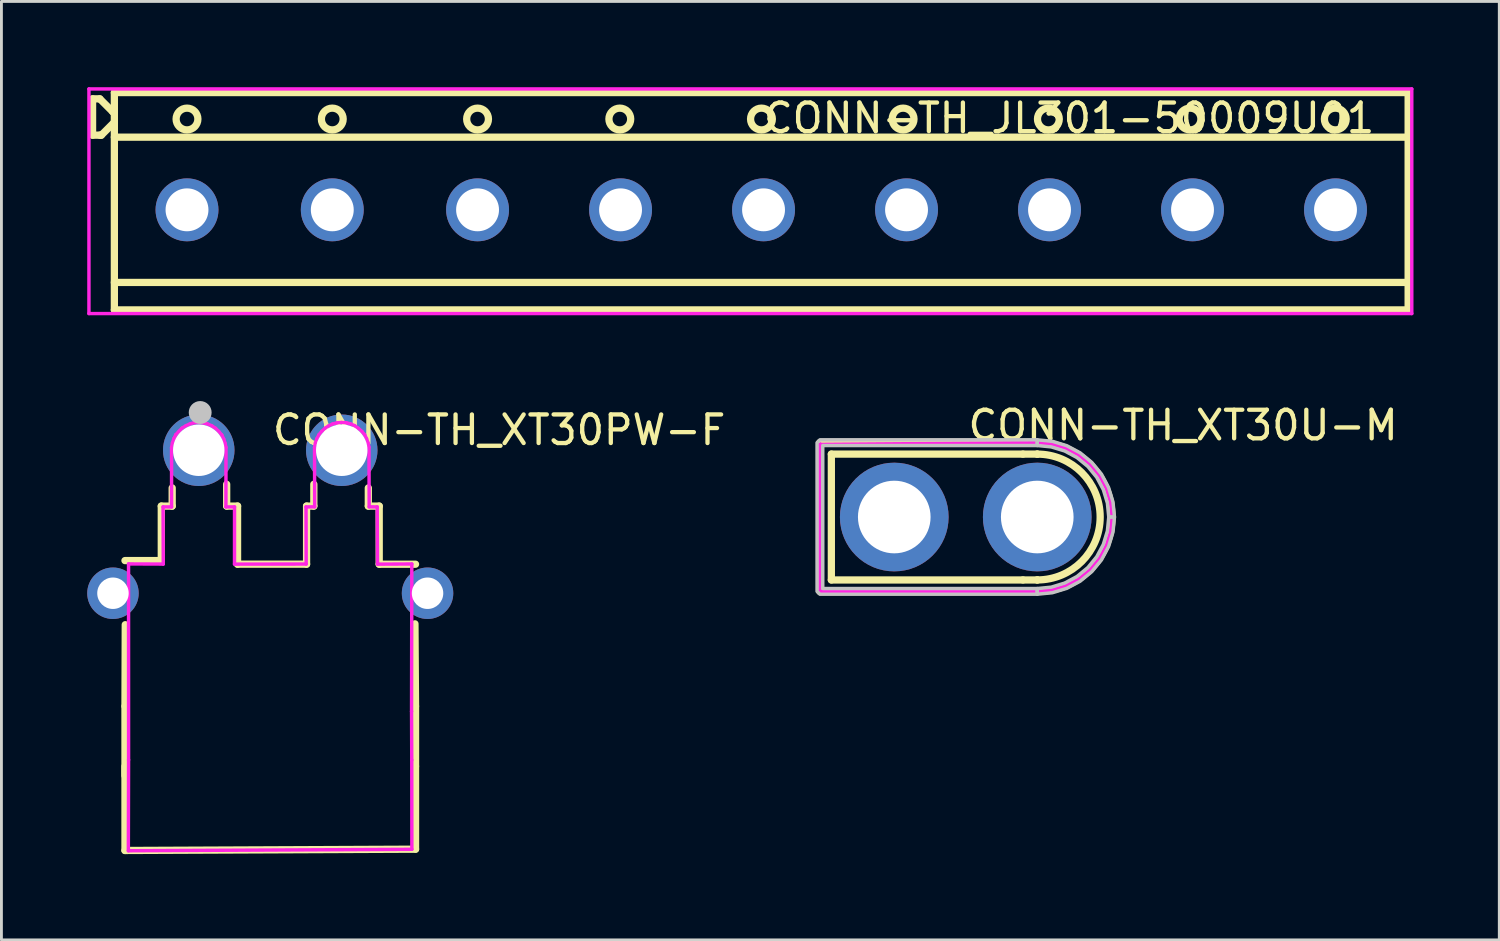
<source format=kicad_pcb>
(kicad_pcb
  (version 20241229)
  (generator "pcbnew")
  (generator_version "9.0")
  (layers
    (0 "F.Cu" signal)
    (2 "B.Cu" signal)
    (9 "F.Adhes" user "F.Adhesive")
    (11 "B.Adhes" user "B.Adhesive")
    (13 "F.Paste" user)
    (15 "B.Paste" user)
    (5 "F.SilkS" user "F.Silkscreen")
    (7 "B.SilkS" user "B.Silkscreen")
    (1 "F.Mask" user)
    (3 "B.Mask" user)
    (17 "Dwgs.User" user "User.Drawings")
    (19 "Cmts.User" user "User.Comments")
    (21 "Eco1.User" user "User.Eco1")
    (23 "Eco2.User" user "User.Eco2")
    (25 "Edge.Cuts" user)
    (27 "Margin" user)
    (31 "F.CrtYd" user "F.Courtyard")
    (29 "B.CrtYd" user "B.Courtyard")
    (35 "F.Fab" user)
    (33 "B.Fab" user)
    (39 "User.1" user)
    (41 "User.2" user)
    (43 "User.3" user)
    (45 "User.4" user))
  (footprint "CONN-TH_JL301-50009U01"
    (layer "F.Cu")
    (at 23.569 4.287)
    (property "Reference" "CONN-TH_JL301-50009U01" (at 0 -3.207 0) (layer "F.SilkS") (effects (font (size 1 1) (thickness 0.15)) (justify left)))
    (attr through_hole)
    (fp_line (start -23.382 -3.88) (end -23.382 -2.61) (stroke (width 0.254) (type solid)) (layer "F.SilkS"))
    (fp_line (start -23.382 -2.61) (end -23.128 -2.61) (stroke (width 0.254) (type solid)) (layer "F.SilkS"))
    (fp_line (start -23.128 -3.88) (end -23.382 -3.88) (stroke (width 0.254) (type solid)) (layer "F.SilkS"))
    (fp_line (start -23.128 -2.61) (end -23.076 -2.61) (stroke (width 0.254) (type solid)) (layer "F.SilkS"))
    (fp_line (start -23.076 -2.61) (end -22.62 -3.066) (stroke (width 0.254) (type solid)) (layer "F.SilkS"))
    (fp_line (start -22.677 -3.429) (end -23.128 -3.88) (stroke (width 0.254) (type solid)) (layer "F.SilkS"))
    (fp_line (start -22.62 -4.1) (end 22.62 -4.1) (stroke (width 0.254) (type solid)) (layer "F.SilkS"))
    (fp_line (start -22.62 -3.429) (end -22.677 -3.429) (stroke (width 0.254) (type solid)) (layer "F.SilkS"))
    (fp_line (start -22.62 -2.54) (end 22.62 -2.54) (stroke (width 0.254) (type solid)) (layer "F.SilkS"))
    (fp_line (start -22.62 2.54) (end 22.62 2.54) (stroke (width 0.254) (type solid)) (layer "F.SilkS"))
    (fp_line (start -22.62 3.5) (end -22.62 -4.1) (stroke (width 0.254) (type solid)) (layer "F.SilkS"))
    (fp_line (start -22.62 3.5) (end 22.62 3.5) (stroke (width 0.254) (type solid)) (layer "F.SilkS"))
    (fp_line (start 22.62 -4.1) (end 22.62 3.5) (stroke (width 0.254) (type solid)) (layer "F.SilkS"))
    (fp_circle (center -20.08 -3.175) (end -19.699 -3.175) (stroke (width 0.254) (type solid)) (fill no) (layer "F.SilkS"))
    (fp_circle (center -15 -3.175) (end -14.619 -3.175) (stroke (width 0.254) (type solid)) (fill no) (layer "F.SilkS"))
    (fp_circle (center -9.92 -3.175) (end -9.539 -3.175) (stroke (width 0.254) (type solid)) (fill no) (layer "F.SilkS"))
    (fp_circle (center -4.946 -3.175) (end -4.565 -3.175) (stroke (width 0.254) (type solid)) (fill no) (layer "F.SilkS"))
    (fp_circle (center 0.007 -3.175) (end 0.388 -3.175) (stroke (width 0.254) (type solid)) (fill no) (layer "F.SilkS"))
    (fp_circle (center 4.96 -3.175) (end 5.341 -3.175) (stroke (width 0.254) (type solid)) (fill no) (layer "F.SilkS"))
    (fp_circle (center 10.04 -3.175) (end 10.421 -3.175) (stroke (width 0.254) (type solid)) (fill no) (layer "F.SilkS"))
    (fp_circle (center 14.993 -3.175) (end 15.374 -3.175) (stroke (width 0.254) (type solid)) (fill no) (layer "F.SilkS"))
    (fp_circle (center 20.073 -3.175) (end 20.454 -3.175) (stroke (width 0.254) (type solid)) (fill no) (layer "F.SilkS"))
    (fp_circle (center -23.509 3.627) (end -23.479 3.627) (stroke (width 0.06) (type solid)) (fill no) (layer "Eco2.User"))
    (fp_circle (center -20.08 0) (end -19.755 0) (stroke (width 0.65) (type solid)) (fill no) (layer "Eco2.User"))
    (fp_circle (center -15 0) (end -14.675 0) (stroke (width 0.65) (type solid)) (fill no) (layer "Eco2.User"))
    (fp_circle (center -9.92 0) (end -9.595 0) (stroke (width 0.65) (type solid)) (fill no) (layer "Eco2.User"))
    (fp_circle (center -4.92 0) (end -4.595 0) (stroke (width 0.65) (type solid)) (fill no) (layer "Eco2.User"))
    (fp_circle (center 0.08 0) (end 0.405 0) (stroke (width 0.65) (type solid)) (fill no) (layer "Eco2.User"))
    (fp_circle (center 5.08 0) (end 5.405 0) (stroke (width 0.65) (type solid)) (fill no) (layer "Eco2.User"))
    (fp_circle (center 10.08 0) (end 10.405 0) (stroke (width 0.65) (type solid)) (fill no) (layer "Eco2.User"))
    (fp_circle (center 15.08 0) (end 15.405 0) (stroke (width 0.65) (type solid)) (fill no) (layer "Eco2.User"))
    (fp_circle (center 20.08 0) (end 20.405 0) (stroke (width 0.65) (type solid)) (fill no) (layer "Eco2.User"))
    (fp_line (start -23.509 -4.227) (end 22.747 -4.227) (stroke (width 0.12) (type solid)) (layer "F.CrtYd"))
    (fp_line (start -23.509 3.627) (end -23.509 -4.227) (stroke (width 0.12) (type solid)) (layer "F.CrtYd"))
    (fp_line (start 22.747 -4.227) (end 22.747 3.627) (stroke (width 0.12) (type solid)) (layer "F.CrtYd"))
    (fp_line (start 22.747 3.627) (end -23.509 3.627) (stroke (width 0.12) (type solid)) (layer "F.CrtYd"))
    (pad "1" thru_hole circle (at -20.08 0) (size 2.2 2.2) (drill 1.5) (layers "*.Cu" "*.Mask"))
    (pad "2" thru_hole circle (at -15 0) (size 2.2 2.2) (drill 1.5) (layers "*.Cu" "*.Mask"))
    (pad "3" thru_hole circle (at -9.92 0) (size 2.2 2.2) (drill 1.5) (layers "*.Cu" "*.Mask"))
    (pad "4" thru_hole circle (at -4.92 0) (size 2.2 2.2) (drill 1.5) (layers "*.Cu" "*.Mask"))
    (pad "5" thru_hole circle (at 0.08 0) (size 2.2 2.2) (drill 1.5) (layers "*.Cu" "*.Mask"))
    (pad "6" thru_hole circle (at 5.08 0) (size 2.2 2.2) (drill 1.5) (layers "*.Cu" "*.Mask"))
    (pad "7" thru_hole circle (at 10.08 0) (size 2.2 2.2) (drill 1.5) (layers "*.Cu" "*.Mask"))
    (pad "8" thru_hole circle (at 15.08 0) (size 2.2 2.2) (drill 1.5) (layers "*.Cu" "*.Mask"))
    (pad "9" thru_hole circle (at 20.08 0) (size 2.2 2.2) (drill 1.5) (layers "*.Cu" "*.Mask")))
  (footprint "CONN-TH_XT30U-M"
    (layer "F.Cu")
    (at 30.72 15.029)
    (property "Reference" "CONN-TH_XT30U-M" (at 0 -3.207 0) (layer "F.SilkS") (effects (font (size 1 1) (thickness 0.15)) (justify left)))
    (attr through_hole)
    (fp_line (start -5.1 -2.6) (end -5.1 2.6) (stroke (width 0.254) (type solid)) (layer "F.SilkS"))
    (fp_line (start -5.1 2.6) (end 2.514 2.6) (stroke (width 0.254) (type solid)) (layer "F.SilkS"))
    (fp_line (start -4.7 -2.2) (end -4.7 2.2) (stroke (width 0.254) (type solid)) (layer "F.SilkS"))
    (fp_line (start -4.7 -2.2) (end 2 -2.2) (stroke (width 0.254) (type solid)) (layer "F.SilkS"))
    (fp_line (start -4.7 2.2) (end 2 2.2) (stroke (width 0.254) (type solid)) (layer "F.SilkS"))
    (fp_line (start 2 -2.2) (end 2.5 -2.2) (stroke (width 0.254) (type solid)) (layer "F.SilkS"))
    (fp_line (start 2 2.2) (end 2.501 2.2) (stroke (width 0.254) (type solid)) (layer "F.SilkS"))
    (fp_line (start 2.5 -2.2) (end 2.5 -2.2) (stroke (width 0.254) (type solid)) (layer "F.SilkS"))
    (fp_line (start 2.501 2.2) (end 2.501 2.2) (stroke (width 0.254) (type solid)) (layer "F.SilkS"))
    (fp_line (start 2.514 -2.6) (end -5.1 -2.6) (stroke (width 0.254) (type solid)) (layer "F.SilkS"))
    (fp_arc (start 2.5 -2.2) (mid 4.7 0) (end 2.5 2.2) (stroke (width 0.254) (type solid)) (layer "F.SilkS"))
    (fp_arc (start 2.514 -2.6) (mid 5.114 -0.000001) (end 2.514001 2.6) (stroke (width 0.254) (type solid)) (layer "F.SilkS"))
    (fp_poly (pts (xy 2.5 -2.7) (xy -5.1 -2.7) (xy -5.2 -2.6) (xy -5.2 2.6) (xy -5.1 2.7) (xy 2.5 2.7) (xy 2.5 2.5) (xy -5 2.5) (xy -5 -2.5) (xy 2.5 -2.5)) (stroke (width 0.12) (type solid)) (fill no) (layer "Dwgs.User"))
    (fp_poly (pts (xy 2.5 2.5) (xy 2.988 2.452) (xy 3.457 2.31) (xy 3.889 2.079) (xy 4.268 1.768) (xy 4.579 1.389) (xy 4.81 0.957) (xy 4.952 0.488) (xy 5 0) (xy 5.2 0) (xy 5.148 0.527) (xy 4.994 1.033) (xy 4.745 1.5) (xy 4.409 1.909) (xy 4 2.245) (xy 3.533 2.494) (xy 3.027 2.648) (xy 2.5 2.7)) (stroke (width 0.12) (type solid)) (fill no) (layer "Dwgs.User"))
    (fp_poly (pts (xy 5 0) (xy 4.952 -0.488) (xy 4.81 -0.957) (xy 4.579 -1.389) (xy 4.268 -1.768) (xy 3.889 -2.079) (xy 3.457 -2.31) (xy 2.988 -2.452) (xy 2.5 -2.5) (xy 2.5 -2.7) (xy 3.027 -2.648) (xy 3.533 -2.494) (xy 4 -2.245) (xy 4.409 -1.909) (xy 4.745 -1.5) (xy 4.994 -1.033) (xy 5.148 -0.527) (xy 5.2 0)) (stroke (width 0.12) (type solid)) (fill no) (layer "Dwgs.User"))
    (fp_circle (center -5.1 2.6) (end -5.07 2.6) (stroke (width 0.06) (type solid)) (fill no) (layer "Eco2.User"))
    (fp_circle (center -2.5 0) (end -2 0) (stroke (width 1) (type solid)) (fill no) (layer "Eco2.User"))
    (fp_circle (center 2.5 0) (end 3 0) (stroke (width 1) (type solid)) (fill no) (layer "Eco2.User"))
    (fp_line (start -5.1 -2.524) (end -5.099 -2.528) (stroke (width 0.12) (type solid)) (layer "F.CrtYd"))
    (fp_line (start -5.1 -2.52) (end -5.1 -2.524) (stroke (width 0.12) (type solid)) (layer "F.CrtYd"))
    (fp_line (start -5.1 2.6) (end -5.1 -2.52) (stroke (width 0.12) (type solid)) (layer "F.CrtYd"))
    (fp_line (start -5.1 2.6) (end -5.1 2.6) (stroke (width 0.12) (type solid)) (layer "F.CrtYd"))
    (fp_line (start -5.099 -2.528) (end -5.097 -2.531) (stroke (width 0.12) (type solid)) (layer "F.CrtYd"))
    (fp_line (start -5.097 -2.531) (end -5.094 -2.534) (stroke (width 0.12) (type solid)) (layer "F.CrtYd"))
    (fp_line (start -5.094 -2.534) (end -5.091 -2.537) (stroke (width 0.12) (type solid)) (layer "F.CrtYd"))
    (fp_line (start -5.091 -2.537) (end -5.088 -2.538) (stroke (width 0.12) (type solid)) (layer "F.CrtYd"))
    (fp_line (start -5.088 -2.538) (end -5.084 -2.54) (stroke (width 0.12) (type solid)) (layer "F.CrtYd"))
    (fp_line (start -5.084 -2.54) (end -5.08 -2.54) (stroke (width 0.12) (type solid)) (layer "F.CrtYd"))
    (fp_line (start -5.08 -2.54) (end 2.514 -2.6) (stroke (width 0.12) (type solid)) (layer "F.CrtYd"))
    (fp_line (start 2.514 -2.6) (end 2.514 -2.6) (stroke (width 0.12) (type solid)) (layer "F.CrtYd"))
    (fp_line (start 2.514 -2.6) (end 3.021 -2.55) (stroke (width 0.12) (type solid)) (layer "F.CrtYd"))
    (fp_line (start 2.514 2.6) (end -5.1 2.6) (stroke (width 0.12) (type solid)) (layer "F.CrtYd"))
    (fp_line (start 3.021 -2.55) (end 3.509 -2.402) (stroke (width 0.12) (type solid)) (layer "F.CrtYd"))
    (fp_line (start 3.021 2.55) (end 2.514 2.6) (stroke (width 0.12) (type solid)) (layer "F.CrtYd"))
    (fp_line (start 3.509 -2.402) (end 3.959 -2.162) (stroke (width 0.12) (type solid)) (layer "F.CrtYd"))
    (fp_line (start 3.509 2.402) (end 3.021 2.55) (stroke (width 0.12) (type solid)) (layer "F.CrtYd"))
    (fp_line (start 3.959 -2.162) (end 4.353 -1.838) (stroke (width 0.12) (type solid)) (layer "F.CrtYd"))
    (fp_line (start 3.959 2.162) (end 3.509 2.402) (stroke (width 0.12) (type solid)) (layer "F.CrtYd"))
    (fp_line (start 4.353 -1.838) (end 4.676 -1.444) (stroke (width 0.12) (type solid)) (layer "F.CrtYd"))
    (fp_line (start 4.353 1.838) (end 3.959 2.162) (stroke (width 0.12) (type solid)) (layer "F.CrtYd"))
    (fp_line (start 4.676 -1.444) (end 4.916 -0.995) (stroke (width 0.12) (type solid)) (layer "F.CrtYd"))
    (fp_line (start 4.676 1.444) (end 4.353 1.838) (stroke (width 0.12) (type solid)) (layer "F.CrtYd"))
    (fp_line (start 4.916 -0.995) (end 5.064 -0.507) (stroke (width 0.12) (type solid)) (layer "F.CrtYd"))
    (fp_line (start 4.916 0.995) (end 4.676 1.444) (stroke (width 0.12) (type solid)) (layer "F.CrtYd"))
    (fp_line (start 5.064 -0.507) (end 5.114 0) (stroke (width 0.12) (type solid)) (layer "F.CrtYd"))
    (fp_line (start 5.064 0.507) (end 4.916 0.995) (stroke (width 0.12) (type solid)) (layer "F.CrtYd"))
    (fp_line (start 5.114 0) (end 5.064 0.507) (stroke (width 0.12) (type solid)) (layer "F.CrtYd"))
    (fp_line (start 5.114 0) (end 5.114 0) (stroke (width 0.12) (type solid)) (layer "F.CrtYd"))
    (pad "1" thru_hole circle (at -2.5 0) (size 3.8 3.8) (drill 2.54) (layers "*.Cu" "*.Mask"))
    (pad "2" thru_hole circle (at 2.5 0) (size 3.8 3.8) (drill 2.54) (layers "*.Cu" "*.Mask")))
  (footprint "CONN-TH_XT30PW-F"
    (layer "F.Cu")
    (at 6.4 15.194)
    (property "Reference" "CONN-TH_XT30PW-F" (at 0 -3.207 0) (layer "F.SilkS") (effects (font (size 1 1) (thickness 0.15)) (justify left)))
    (attr through_hole)
    (fp_line (start -5.08 6.45) (end -5.08 8.88) (stroke (width 0.254) (type solid)) (layer "F.SilkS"))
    (fp_line (start -5.08 6.45) (end -5.07 3.6) (stroke (width 0.254) (type solid)) (layer "F.SilkS"))
    (fp_line (start -5.08 11.495) (end -5.08 8.55) (stroke (width 0.254) (type solid)) (layer "F.SilkS"))
    (fp_line (start -5.08 11.495) (end 5.08 11.45) (stroke (width 0.254) (type solid)) (layer "F.SilkS"))
    (fp_line (start -3.81 -0.547) (end -3.81 1.358) (stroke (width 0.254) (type solid)) (layer "F.SilkS"))
    (fp_line (start -3.81 1.358) (end -5.08 1.358) (stroke (width 0.254) (type solid)) (layer "F.SilkS"))
    (fp_line (start -3.429 -1.182) (end -3.429 -0.547) (stroke (width 0.254) (type solid)) (layer "F.SilkS"))
    (fp_line (start -3.429 -0.547) (end -3.81 -0.547) (stroke (width 0.254) (type solid)) (layer "F.SilkS"))
    (fp_line (start -1.524 -1.31) (end -1.524 -0.548) (stroke (width 0.254) (type solid)) (layer "F.SilkS"))
    (fp_line (start -1.524 -0.548) (end -1.143 -0.548) (stroke (width 0.254) (type solid)) (layer "F.SilkS"))
    (fp_line (start -1.143 -0.548) (end -1.143 1.484) (stroke (width 0.254) (type solid)) (layer "F.SilkS"))
    (fp_line (start -1.143 1.484) (end 1.27 1.484) (stroke (width 0.254) (type solid)) (layer "F.SilkS"))
    (fp_line (start 1.27 -0.548) (end 1.524 -0.548) (stroke (width 0.254) (type solid)) (layer "F.SilkS"))
    (fp_line (start 1.27 1.484) (end 1.27 -0.548) (stroke (width 0.254) (type solid)) (layer "F.SilkS"))
    (fp_line (start 1.524 -0.548) (end 1.524 -1.31) (stroke (width 0.254) (type solid)) (layer "F.SilkS"))
    (fp_line (start 3.429 -1.182) (end 3.429 -0.547) (stroke (width 0.254) (type solid)) (layer "F.SilkS"))
    (fp_line (start 3.429 -0.547) (end 3.81 -0.547) (stroke (width 0.254) (type solid)) (layer "F.SilkS"))
    (fp_line (start 3.81 -0.547) (end 3.81 1.485) (stroke (width 0.254) (type solid)) (layer "F.SilkS"))
    (fp_line (start 3.81 1.485) (end 5.08 1.485) (stroke (width 0.254) (type solid)) (layer "F.SilkS"))
    (fp_line (start 5.08 6.45) (end 5.06 3.57) (stroke (width 0.254) (type solid)) (layer "F.SilkS"))
    (fp_line (start 5.08 6.45) (end 5.08 8.55) (stroke (width 0.254) (type solid)) (layer "F.SilkS"))
    (fp_line (start 5.08 11.45) (end 5.08 8.55) (stroke (width 0.254) (type solid)) (layer "F.SilkS"))
    (fp_circle (center -2.45 -3.82) (end -2.25 -3.82) (stroke (width 0.4) (type solid)) (fill no) (layer "Dwgs.User"))
    (fp_line (start -5.89 2.125) (end -4.89 2.125) (stroke (width 0.12) (type solid)) (layer "Eco2.User"))
    (fp_line (start -5.89 2.875) (end -5.89 2.125) (stroke (width 0.12) (type solid)) (layer "Eco2.User"))
    (fp_line (start -4.89 2.125) (end -4.89 2.875) (stroke (width 0.12) (type solid)) (layer "Eco2.User"))
    (fp_line (start -4.89 2.875) (end -5.89 2.875) (stroke (width 0.12) (type solid)) (layer "Eco2.User"))
    (fp_line (start 4.88 2.12) (end 5.88 2.12) (stroke (width 0.12) (type solid)) (layer "Eco2.User"))
    (fp_line (start 4.88 2.87) (end 4.88 2.12) (stroke (width 0.12) (type solid)) (layer "Eco2.User"))
    (fp_line (start 5.88 2.12) (end 5.88 2.87) (stroke (width 0.12) (type solid)) (layer "Eco2.User"))
    (fp_line (start 5.88 2.87) (end 4.88 2.87) (stroke (width 0.12) (type solid)) (layer "Eco2.User"))
    (fp_circle (center -5.89 -3.471) (end -5.86 -3.471) (stroke (width 0.06) (type solid)) (fill no) (layer "Eco2.User"))
    (fp_circle (center -5.5 2.5) (end -5.313 2.5) (stroke (width 0.375) (type solid)) (fill no) (layer "Eco2.User"))
    (fp_circle (center -2.5 -2.5) (end -2.175 -2.5) (stroke (width 0.65) (type solid)) (fill no) (layer "Eco2.User"))
    (fp_circle (center 2.5 -2.5) (end 2.825 -2.5) (stroke (width 0.65) (type solid)) (fill no) (layer "Eco2.User"))
    (fp_circle (center 5.5 2.5) (end 5.687 2.5) (stroke (width 0.375) (type solid)) (fill no) (layer "Eco2.User"))
    (fp_line (start -4.962 11.504) (end -4.954 8.327) (stroke (width 0.12) (type solid)) (layer "F.CrtYd"))
    (fp_line (start -4.955 1.475) (end -3.741 1.48) (stroke (width 0.12) (type solid)) (layer "F.CrtYd"))
    (fp_line (start -4.954 8.327) (end -4.955 1.475) (stroke (width 0.12) (type solid)) (layer "F.CrtYd"))
    (fp_line (start -3.748 -0.52) (end -3.451 -0.517) (stroke (width 0.12) (type solid)) (layer "F.CrtYd"))
    (fp_line (start -3.741 1.48) (end -3.748 -0.52) (stroke (width 0.12) (type solid)) (layer "F.CrtYd"))
    (fp_line (start -3.451 -2.592) (end -3.42 -2.753) (stroke (width 0.12) (type solid)) (layer "F.CrtYd"))
    (fp_line (start -3.451 -0.517) (end -3.451 -2.592) (stroke (width 0.12) (type solid)) (layer "F.CrtYd"))
    (fp_line (start -3.42 -2.753) (end -3.371 -2.897) (stroke (width 0.12) (type solid)) (layer "F.CrtYd"))
    (fp_line (start -3.371 -2.897) (end -3.351 -2.936) (stroke (width 0.12) (type solid)) (layer "F.CrtYd"))
    (fp_line (start -3.351 -2.937) (end -3.305 -3.043) (stroke (width 0.12) (type solid)) (layer "F.CrtYd"))
    (fp_line (start -3.351 -2.936) (end -3.351 -2.937) (stroke (width 0.12) (type solid)) (layer "F.CrtYd"))
    (fp_line (start -3.305 -3.043) (end -3.187 -3.165) (stroke (width 0.12) (type solid)) (layer "F.CrtYd"))
    (fp_line (start -3.187 -3.165) (end -3.084 -3.274) (stroke (width 0.12) (type solid)) (layer "F.CrtYd"))
    (fp_line (start -3.084 -3.274) (end -2.947 -3.358) (stroke (width 0.12) (type solid)) (layer "F.CrtYd"))
    (fp_line (start -2.947 -3.358) (end -2.81 -3.419) (stroke (width 0.12) (type solid)) (layer "F.CrtYd"))
    (fp_line (start -2.81 -3.419) (end -2.665 -3.463) (stroke (width 0.12) (type solid)) (layer "F.CrtYd"))
    (fp_line (start -2.665 -3.463) (end -2.489 -3.47) (stroke (width 0.12) (type solid)) (layer "F.CrtYd"))
    (fp_line (start -2.489 -3.47) (end -2.348 -3.459) (stroke (width 0.12) (type solid)) (layer "F.CrtYd"))
    (fp_line (start -2.348 -3.459) (end -2.195 -3.419) (stroke (width 0.12) (type solid)) (layer "F.CrtYd"))
    (fp_line (start -2.195 -3.419) (end -2.046 -3.356) (stroke (width 0.12) (type solid)) (layer "F.CrtYd"))
    (fp_line (start -2.046 -3.356) (end -1.914 -3.269) (stroke (width 0.12) (type solid)) (layer "F.CrtYd"))
    (fp_line (start -1.914 -3.269) (end -1.803 -3.16) (stroke (width 0.12) (type solid)) (layer "F.CrtYd"))
    (fp_line (start -1.803 -3.16) (end -1.695 -3.035) (stroke (width 0.12) (type solid)) (layer "F.CrtYd"))
    (fp_line (start -1.695 -3.035) (end -1.627 -2.891) (stroke (width 0.12) (type solid)) (layer "F.CrtYd"))
    (fp_line (start -1.627 -2.891) (end -1.58 -2.746) (stroke (width 0.12) (type solid)) (layer "F.CrtYd"))
    (fp_line (start -1.58 -2.746) (end -1.548 -2.598) (stroke (width 0.12) (type solid)) (layer "F.CrtYd"))
    (fp_line (start -1.55 -0.519) (end -1.249 -0.519) (stroke (width 0.12) (type solid)) (layer "F.CrtYd"))
    (fp_line (start -1.548 -2.598) (end -1.55 -0.519) (stroke (width 0.12) (type solid)) (layer "F.CrtYd"))
    (fp_line (start -1.25 1.482) (end 1.256 1.479) (stroke (width 0.12) (type solid)) (layer "F.CrtYd"))
    (fp_line (start -1.249 -0.519) (end -1.25 1.482) (stroke (width 0.12) (type solid)) (layer "F.CrtYd"))
    (fp_line (start 1.251 -0.519) (end 1.553 -0.522) (stroke (width 0.12) (type solid)) (layer "F.CrtYd"))
    (fp_line (start 1.256 1.479) (end 1.251 -0.519) (stroke (width 0.12) (type solid)) (layer "F.CrtYd"))
    (fp_line (start 1.548 -2.592) (end 1.58 -2.755) (stroke (width 0.12) (type solid)) (layer "F.CrtYd"))
    (fp_line (start 1.553 -0.522) (end 1.548 -2.592) (stroke (width 0.12) (type solid)) (layer "F.CrtYd"))
    (fp_line (start 1.58 -2.755) (end 1.631 -2.905) (stroke (width 0.12) (type solid)) (layer "F.CrtYd"))
    (fp_line (start 1.631 -2.905) (end 1.702 -3.043) (stroke (width 0.12) (type solid)) (layer "F.CrtYd"))
    (fp_line (start 1.702 -3.043) (end 1.799 -3.159) (stroke (width 0.12) (type solid)) (layer "F.CrtYd"))
    (fp_line (start 1.799 -3.159) (end 1.921 -3.272) (stroke (width 0.12) (type solid)) (layer "F.CrtYd"))
    (fp_line (start 1.921 -3.272) (end 2.052 -3.359) (stroke (width 0.12) (type solid)) (layer "F.CrtYd"))
    (fp_line (start 2.052 -3.359) (end 2.182 -3.419) (stroke (width 0.12) (type solid)) (layer "F.CrtYd"))
    (fp_line (start 2.182 -3.419) (end 2.338 -3.46) (stroke (width 0.12) (type solid)) (layer "F.CrtYd"))
    (fp_line (start 2.338 -3.46) (end 2.489 -3.471) (stroke (width 0.12) (type solid)) (layer "F.CrtYd"))
    (fp_line (start 2.489 -3.471) (end 2.66 -3.461) (stroke (width 0.12) (type solid)) (layer "F.CrtYd"))
    (fp_line (start 2.66 -3.461) (end 2.815 -3.417) (stroke (width 0.12) (type solid)) (layer "F.CrtYd"))
    (fp_line (start 2.815 -3.417) (end 2.947 -3.361) (stroke (width 0.12) (type solid)) (layer "F.CrtYd"))
    (fp_line (start 2.947 -3.361) (end 3.077 -3.269) (stroke (width 0.12) (type solid)) (layer "F.CrtYd"))
    (fp_line (start 3.077 -3.269) (end 3.206 -3.156) (stroke (width 0.12) (type solid)) (layer "F.CrtYd"))
    (fp_line (start 3.206 -3.156) (end 3.3 -3.04) (stroke (width 0.12) (type solid)) (layer "F.CrtYd"))
    (fp_line (start 3.3 -3.04) (end 3.367 -2.903) (stroke (width 0.12) (type solid)) (layer "F.CrtYd"))
    (fp_line (start 3.367 -2.903) (end 3.419 -2.757) (stroke (width 0.12) (type solid)) (layer "F.CrtYd"))
    (fp_line (start 3.419 -2.757) (end 3.452 -2.604) (stroke (width 0.12) (type solid)) (layer "F.CrtYd"))
    (fp_line (start 3.452 -2.604) (end 3.459 -0.522) (stroke (width 0.12) (type solid)) (layer "F.CrtYd"))
    (fp_line (start 3.459 -0.522) (end 3.74 -0.518) (stroke (width 0.12) (type solid)) (layer "F.CrtYd"))
    (fp_line (start 3.74 -0.518) (end 3.752 1.483) (stroke (width 0.12) (type solid)) (layer "F.CrtYd"))
    (fp_line (start 3.752 1.483) (end 4.95 1.477) (stroke (width 0.12) (type solid)) (layer "F.CrtYd"))
    (fp_line (start 4.941 6.632) (end 4.948 8.332) (stroke (width 0.12) (type solid)) (layer "F.CrtYd"))
    (fp_line (start 4.948 8.332) (end 4.952 11.454) (stroke (width 0.12) (type solid)) (layer "F.CrtYd"))
    (fp_line (start 4.95 1.477) (end 4.941 6.632) (stroke (width 0.12) (type solid)) (layer "F.CrtYd"))
    (fp_line (start 4.952 11.454) (end -4.962 11.504) (stroke (width 0.12) (type solid)) (layer "F.CrtYd"))
    (pad "1" thru_hole circle (at -2.5 -2.5) (size 2.5 2.5) (drill 1.8) (layers "*.Cu" "*.Mask"))
    (pad "2" thru_hole circle (at 2.5 -2.5) (size 2.5 2.5) (drill 1.8) (layers "*.Cu" "*.Mask"))
    (pad "3" thru_hole circle (at 5.5 2.5) (size 1.8 1.8) (drill 1.1) (layers "*.Cu" "*.Mask"))
    (pad "4" thru_hole circle (at -5.5 2.5) (size 1.8 1.8) (drill 1.1) (layers "*.Cu" "*.Mask")))
  (gr_rect
    (start -3 -3)
    (end 49.376 29.816)
    (stroke (width 0.1) (type default))
    (fill no)
    (layer "Edge.Cuts")))
</source>
